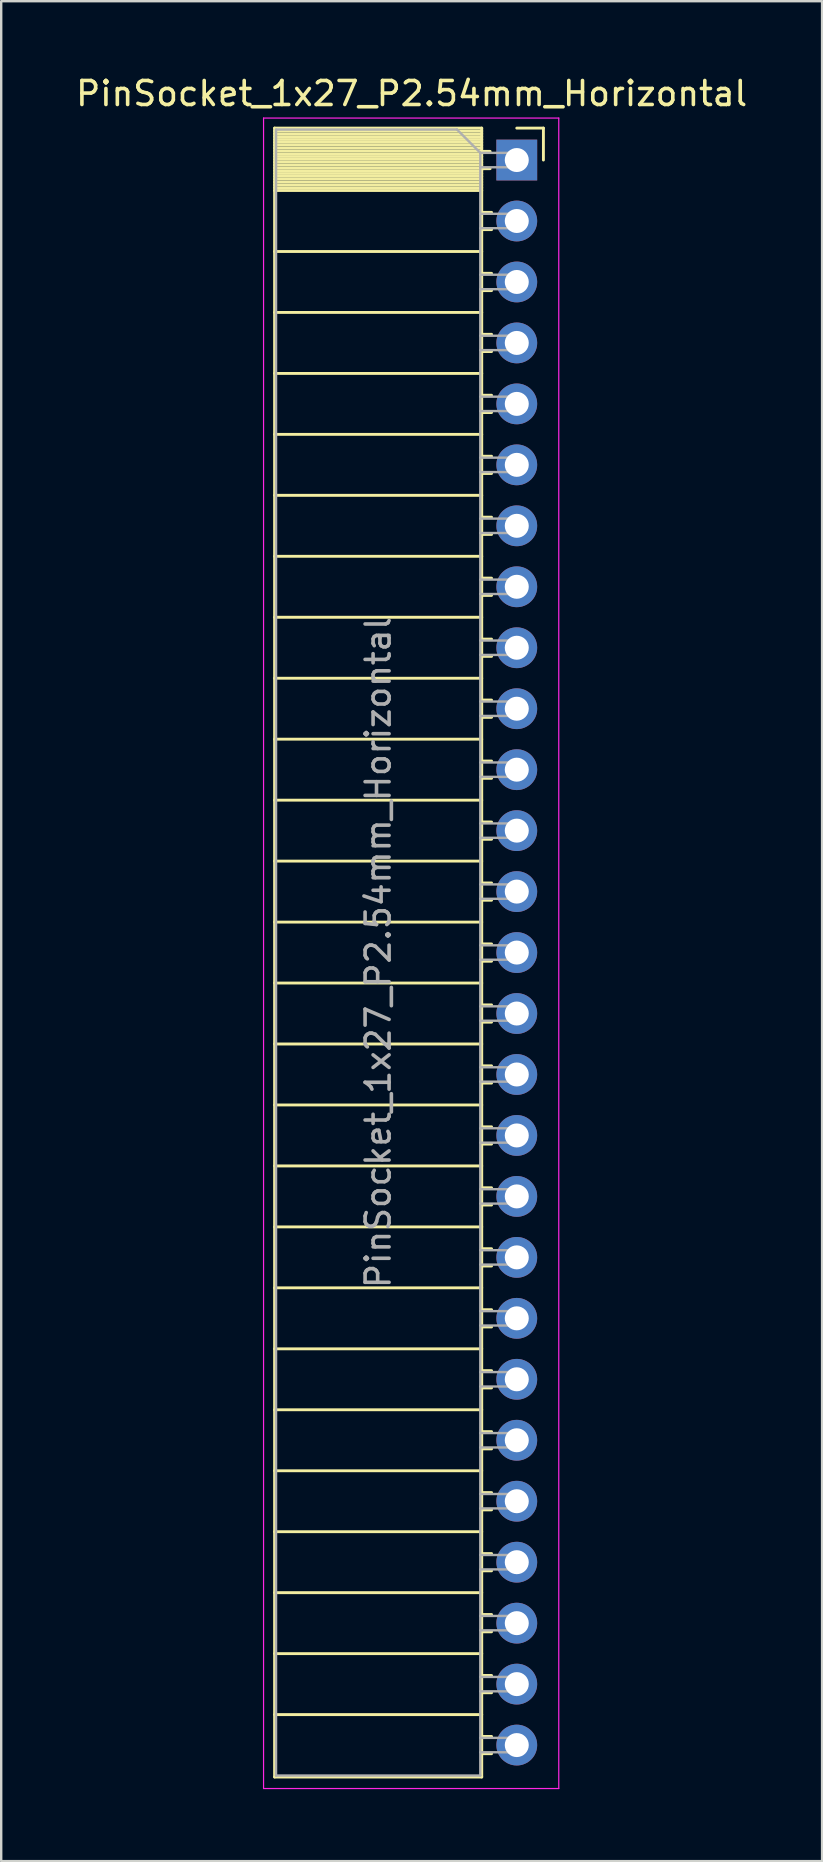
<source format=kicad_pcb>
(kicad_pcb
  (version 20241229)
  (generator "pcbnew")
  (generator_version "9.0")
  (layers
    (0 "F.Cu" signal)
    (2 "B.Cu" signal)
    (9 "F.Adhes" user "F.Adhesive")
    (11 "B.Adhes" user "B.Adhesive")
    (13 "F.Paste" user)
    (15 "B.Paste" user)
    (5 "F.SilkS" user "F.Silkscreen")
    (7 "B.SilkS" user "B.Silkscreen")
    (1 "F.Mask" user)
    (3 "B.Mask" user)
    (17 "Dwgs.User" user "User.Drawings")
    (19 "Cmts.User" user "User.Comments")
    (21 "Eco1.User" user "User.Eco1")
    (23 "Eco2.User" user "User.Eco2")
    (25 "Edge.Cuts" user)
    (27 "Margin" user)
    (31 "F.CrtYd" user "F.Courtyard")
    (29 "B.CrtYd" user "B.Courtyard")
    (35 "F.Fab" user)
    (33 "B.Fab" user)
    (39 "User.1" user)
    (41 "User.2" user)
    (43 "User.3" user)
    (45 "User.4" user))
  (footprint "PinSocket_1x27_P2.54mm_Horizontal"
    (layer "F.Cu")
    (at 18.481 3.618)
    (property "Reference" "PinSocket_1x27_P2.54mm_Horizontal" (at -4.38 -2.77 0) (layer "F.SilkS") (effects (font (size 1 1) (thickness 0.15))))
    (attr through_hole)
    (fp_line (start -10.09 -1.33) (end -10.09 67.37) (stroke (width 0.12) (type solid)) (layer "F.SilkS"))
    (fp_line (start -10.09 -1.33) (end -1.46 -1.33) (stroke (width 0.12) (type solid)) (layer "F.SilkS"))
    (fp_line (start -10.09 -1.21) (end -1.46 -1.21) (stroke (width 0.12) (type solid)) (layer "F.SilkS"))
    (fp_line (start -10.09 -1.092) (end -1.46 -1.092) (stroke (width 0.12) (type solid)) (layer "F.SilkS"))
    (fp_line (start -10.09 -0.974) (end -1.46 -0.974) (stroke (width 0.12) (type solid)) (layer "F.SilkS"))
    (fp_line (start -10.09 -0.856) (end -1.46 -0.856) (stroke (width 0.12) (type solid)) (layer "F.SilkS"))
    (fp_line (start -10.09 -0.738) (end -1.46 -0.738) (stroke (width 0.12) (type solid)) (layer "F.SilkS"))
    (fp_line (start -10.09 -0.62) (end -1.46 -0.62) (stroke (width 0.12) (type solid)) (layer "F.SilkS"))
    (fp_line (start -10.09 -0.501) (end -1.46 -0.501) (stroke (width 0.12) (type solid)) (layer "F.SilkS"))
    (fp_line (start -10.09 -0.383) (end -1.46 -0.383) (stroke (width 0.12) (type solid)) (layer "F.SilkS"))
    (fp_line (start -10.09 -0.265) (end -1.46 -0.265) (stroke (width 0.12) (type solid)) (layer "F.SilkS"))
    (fp_line (start -10.09 -0.147) (end -1.46 -0.147) (stroke (width 0.12) (type solid)) (layer "F.SilkS"))
    (fp_line (start -10.09 -0.029) (end -1.46 -0.029) (stroke (width 0.12) (type solid)) (layer "F.SilkS"))
    (fp_line (start -10.09 0.089) (end -1.46 0.089) (stroke (width 0.12) (type solid)) (layer "F.SilkS"))
    (fp_line (start -10.09 0.207) (end -1.46 0.207) (stroke (width 0.12) (type solid)) (layer "F.SilkS"))
    (fp_line (start -10.09 0.325) (end -1.46 0.325) (stroke (width 0.12) (type solid)) (layer "F.SilkS"))
    (fp_line (start -10.09 0.443) (end -1.46 0.443) (stroke (width 0.12) (type solid)) (layer "F.SilkS"))
    (fp_line (start -10.09 0.561) (end -1.46 0.561) (stroke (width 0.12) (type solid)) (layer "F.SilkS"))
    (fp_line (start -10.09 0.68) (end -1.46 0.68) (stroke (width 0.12) (type solid)) (layer "F.SilkS"))
    (fp_line (start -10.09 0.798) (end -1.46 0.798) (stroke (width 0.12) (type solid)) (layer "F.SilkS"))
    (fp_line (start -10.09 0.916) (end -1.46 0.916) (stroke (width 0.12) (type solid)) (layer "F.SilkS"))
    (fp_line (start -10.09 1.034) (end -1.46 1.034) (stroke (width 0.12) (type solid)) (layer "F.SilkS"))
    (fp_line (start -10.09 1.152) (end -1.46 1.152) (stroke (width 0.12) (type solid)) (layer "F.SilkS"))
    (fp_line (start -10.09 1.27) (end -1.46 1.27) (stroke (width 0.12) (type solid)) (layer "F.SilkS"))
    (fp_line (start -10.09 3.81) (end -1.46 3.81) (stroke (width 0.12) (type solid)) (layer "F.SilkS"))
    (fp_line (start -10.09 6.35) (end -1.46 6.35) (stroke (width 0.12) (type solid)) (layer "F.SilkS"))
    (fp_line (start -10.09 8.89) (end -1.46 8.89) (stroke (width 0.12) (type solid)) (layer "F.SilkS"))
    (fp_line (start -10.09 11.43) (end -1.46 11.43) (stroke (width 0.12) (type solid)) (layer "F.SilkS"))
    (fp_line (start -10.09 13.97) (end -1.46 13.97) (stroke (width 0.12) (type solid)) (layer "F.SilkS"))
    (fp_line (start -10.09 16.51) (end -1.46 16.51) (stroke (width 0.12) (type solid)) (layer "F.SilkS"))
    (fp_line (start -10.09 19.05) (end -1.46 19.05) (stroke (width 0.12) (type solid)) (layer "F.SilkS"))
    (fp_line (start -10.09 21.59) (end -1.46 21.59) (stroke (width 0.12) (type solid)) (layer "F.SilkS"))
    (fp_line (start -10.09 24.13) (end -1.46 24.13) (stroke (width 0.12) (type solid)) (layer "F.SilkS"))
    (fp_line (start -10.09 26.67) (end -1.46 26.67) (stroke (width 0.12) (type solid)) (layer "F.SilkS"))
    (fp_line (start -10.09 29.21) (end -1.46 29.21) (stroke (width 0.12) (type solid)) (layer "F.SilkS"))
    (fp_line (start -10.09 31.75) (end -1.46 31.75) (stroke (width 0.12) (type solid)) (layer "F.SilkS"))
    (fp_line (start -10.09 34.29) (end -1.46 34.29) (stroke (width 0.12) (type solid)) (layer "F.SilkS"))
    (fp_line (start -10.09 36.83) (end -1.46 36.83) (stroke (width 0.12) (type solid)) (layer "F.SilkS"))
    (fp_line (start -10.09 39.37) (end -1.46 39.37) (stroke (width 0.12) (type solid)) (layer "F.SilkS"))
    (fp_line (start -10.09 41.91) (end -1.46 41.91) (stroke (width 0.12) (type solid)) (layer "F.SilkS"))
    (fp_line (start -10.09 44.45) (end -1.46 44.45) (stroke (width 0.12) (type solid)) (layer "F.SilkS"))
    (fp_line (start -10.09 46.99) (end -1.46 46.99) (stroke (width 0.12) (type solid)) (layer "F.SilkS"))
    (fp_line (start -10.09 49.53) (end -1.46 49.53) (stroke (width 0.12) (type solid)) (layer "F.SilkS"))
    (fp_line (start -10.09 52.07) (end -1.46 52.07) (stroke (width 0.12) (type solid)) (layer "F.SilkS"))
    (fp_line (start -10.09 54.61) (end -1.46 54.61) (stroke (width 0.12) (type solid)) (layer "F.SilkS"))
    (fp_line (start -10.09 57.15) (end -1.46 57.15) (stroke (width 0.12) (type solid)) (layer "F.SilkS"))
    (fp_line (start -10.09 59.69) (end -1.46 59.69) (stroke (width 0.12) (type solid)) (layer "F.SilkS"))
    (fp_line (start -10.09 62.23) (end -1.46 62.23) (stroke (width 0.12) (type solid)) (layer "F.SilkS"))
    (fp_line (start -10.09 64.77) (end -1.46 64.77) (stroke (width 0.12) (type solid)) (layer "F.SilkS"))
    (fp_line (start -10.09 67.37) (end -1.46 67.37) (stroke (width 0.12) (type solid)) (layer "F.SilkS"))
    (fp_line (start -1.46 -1.33) (end -1.46 67.37) (stroke (width 0.12) (type solid)) (layer "F.SilkS"))
    (fp_line (start -1.46 -0.36) (end -1.11 -0.36) (stroke (width 0.12) (type solid)) (layer "F.SilkS"))
    (fp_line (start -1.46 0.36) (end -1.11 0.36) (stroke (width 0.12) (type solid)) (layer "F.SilkS"))
    (fp_line (start -1.46 2.18) (end -1.05 2.18) (stroke (width 0.12) (type solid)) (layer "F.SilkS"))
    (fp_line (start -1.46 2.9) (end -1.05 2.9) (stroke (width 0.12) (type solid)) (layer "F.SilkS"))
    (fp_line (start -1.46 4.72) (end -1.05 4.72) (stroke (width 0.12) (type solid)) (layer "F.SilkS"))
    (fp_line (start -1.46 5.44) (end -1.05 5.44) (stroke (width 0.12) (type solid)) (layer "F.SilkS"))
    (fp_line (start -1.46 7.26) (end -1.05 7.26) (stroke (width 0.12) (type solid)) (layer "F.SilkS"))
    (fp_line (start -1.46 7.98) (end -1.05 7.98) (stroke (width 0.12) (type solid)) (layer "F.SilkS"))
    (fp_line (start -1.46 9.8) (end -1.05 9.8) (stroke (width 0.12) (type solid)) (layer "F.SilkS"))
    (fp_line (start -1.46 10.52) (end -1.05 10.52) (stroke (width 0.12) (type solid)) (layer "F.SilkS"))
    (fp_line (start -1.46 12.34) (end -1.05 12.34) (stroke (width 0.12) (type solid)) (layer "F.SilkS"))
    (fp_line (start -1.46 13.06) (end -1.05 13.06) (stroke (width 0.12) (type solid)) (layer "F.SilkS"))
    (fp_line (start -1.46 14.88) (end -1.05 14.88) (stroke (width 0.12) (type solid)) (layer "F.SilkS"))
    (fp_line (start -1.46 15.6) (end -1.05 15.6) (stroke (width 0.12) (type solid)) (layer "F.SilkS"))
    (fp_line (start -1.46 17.42) (end -1.05 17.42) (stroke (width 0.12) (type solid)) (layer "F.SilkS"))
    (fp_line (start -1.46 18.14) (end -1.05 18.14) (stroke (width 0.12) (type solid)) (layer "F.SilkS"))
    (fp_line (start -1.46 19.96) (end -1.05 19.96) (stroke (width 0.12) (type solid)) (layer "F.SilkS"))
    (fp_line (start -1.46 20.68) (end -1.05 20.68) (stroke (width 0.12) (type solid)) (layer "F.SilkS"))
    (fp_line (start -1.46 22.5) (end -1.05 22.5) (stroke (width 0.12) (type solid)) (layer "F.SilkS"))
    (fp_line (start -1.46 23.22) (end -1.05 23.22) (stroke (width 0.12) (type solid)) (layer "F.SilkS"))
    (fp_line (start -1.46 25.04) (end -1.05 25.04) (stroke (width 0.12) (type solid)) (layer "F.SilkS"))
    (fp_line (start -1.46 25.76) (end -1.05 25.76) (stroke (width 0.12) (type solid)) (layer "F.SilkS"))
    (fp_line (start -1.46 27.58) (end -1.05 27.58) (stroke (width 0.12) (type solid)) (layer "F.SilkS"))
    (fp_line (start -1.46 28.3) (end -1.05 28.3) (stroke (width 0.12) (type solid)) (layer "F.SilkS"))
    (fp_line (start -1.46 30.12) (end -1.05 30.12) (stroke (width 0.12) (type solid)) (layer "F.SilkS"))
    (fp_line (start -1.46 30.84) (end -1.05 30.84) (stroke (width 0.12) (type solid)) (layer "F.SilkS"))
    (fp_line (start -1.46 32.66) (end -1.05 32.66) (stroke (width 0.12) (type solid)) (layer "F.SilkS"))
    (fp_line (start -1.46 33.38) (end -1.05 33.38) (stroke (width 0.12) (type solid)) (layer "F.SilkS"))
    (fp_line (start -1.46 35.2) (end -1.05 35.2) (stroke (width 0.12) (type solid)) (layer "F.SilkS"))
    (fp_line (start -1.46 35.92) (end -1.05 35.92) (stroke (width 0.12) (type solid)) (layer "F.SilkS"))
    (fp_line (start -1.46 37.74) (end -1.05 37.74) (stroke (width 0.12) (type solid)) (layer "F.SilkS"))
    (fp_line (start -1.46 38.46) (end -1.05 38.46) (stroke (width 0.12) (type solid)) (layer "F.SilkS"))
    (fp_line (start -1.46 40.28) (end -1.05 40.28) (stroke (width 0.12) (type solid)) (layer "F.SilkS"))
    (fp_line (start -1.46 41) (end -1.05 41) (stroke (width 0.12) (type solid)) (layer "F.SilkS"))
    (fp_line (start -1.46 42.82) (end -1.05 42.82) (stroke (width 0.12) (type solid)) (layer "F.SilkS"))
    (fp_line (start -1.46 43.54) (end -1.05 43.54) (stroke (width 0.12) (type solid)) (layer "F.SilkS"))
    (fp_line (start -1.46 45.36) (end -1.05 45.36) (stroke (width 0.12) (type solid)) (layer "F.SilkS"))
    (fp_line (start -1.46 46.08) (end -1.05 46.08) (stroke (width 0.12) (type solid)) (layer "F.SilkS"))
    (fp_line (start -1.46 47.9) (end -1.05 47.9) (stroke (width 0.12) (type solid)) (layer "F.SilkS"))
    (fp_line (start -1.46 48.62) (end -1.05 48.62) (stroke (width 0.12) (type solid)) (layer "F.SilkS"))
    (fp_line (start -1.46 50.44) (end -1.05 50.44) (stroke (width 0.12) (type solid)) (layer "F.SilkS"))
    (fp_line (start -1.46 51.16) (end -1.05 51.16) (stroke (width 0.12) (type solid)) (layer "F.SilkS"))
    (fp_line (start -1.46 52.98) (end -1.05 52.98) (stroke (width 0.12) (type solid)) (layer "F.SilkS"))
    (fp_line (start -1.46 53.7) (end -1.05 53.7) (stroke (width 0.12) (type solid)) (layer "F.SilkS"))
    (fp_line (start -1.46 55.52) (end -1.05 55.52) (stroke (width 0.12) (type solid)) (layer "F.SilkS"))
    (fp_line (start -1.46 56.24) (end -1.05 56.24) (stroke (width 0.12) (type solid)) (layer "F.SilkS"))
    (fp_line (start -1.46 58.06) (end -1.05 58.06) (stroke (width 0.12) (type solid)) (layer "F.SilkS"))
    (fp_line (start -1.46 58.78) (end -1.05 58.78) (stroke (width 0.12) (type solid)) (layer "F.SilkS"))
    (fp_line (start -1.46 60.6) (end -1.05 60.6) (stroke (width 0.12) (type solid)) (layer "F.SilkS"))
    (fp_line (start -1.46 61.32) (end -1.05 61.32) (stroke (width 0.12) (type solid)) (layer "F.SilkS"))
    (fp_line (start -1.46 63.14) (end -1.05 63.14) (stroke (width 0.12) (type solid)) (layer "F.SilkS"))
    (fp_line (start -1.46 63.86) (end -1.05 63.86) (stroke (width 0.12) (type solid)) (layer "F.SilkS"))
    (fp_line (start -1.46 65.68) (end -1.05 65.68) (stroke (width 0.12) (type solid)) (layer "F.SilkS"))
    (fp_line (start -1.46 66.4) (end -1.05 66.4) (stroke (width 0.12) (type solid)) (layer "F.SilkS"))
    (fp_line (start 0 -1.33) (end 1.11 -1.33) (stroke (width 0.12) (type solid)) (layer "F.SilkS"))
    (fp_line (start 1.11 -1.33) (end 1.11 0) (stroke (width 0.12) (type solid)) (layer "F.SilkS"))
    (fp_line (start -10.55 -1.75) (end -10.55 67.85) (stroke (width 0.05) (type solid)) (layer "F.CrtYd"))
    (fp_line (start -10.55 67.85) (end 1.75 67.85) (stroke (width 0.05) (type solid)) (layer "F.CrtYd"))
    (fp_line (start 1.75 -1.75) (end -10.55 -1.75) (stroke (width 0.05) (type solid)) (layer "F.CrtYd"))
    (fp_line (start 1.75 67.85) (end 1.75 -1.75) (stroke (width 0.05) (type solid)) (layer "F.CrtYd"))
    (fp_line (start -10.03 -1.27) (end -2.49 -1.27) (stroke (width 0.1) (type solid)) (layer "F.Fab"))
    (fp_line (start -10.03 67.31) (end -10.03 -1.27) (stroke (width 0.1) (type solid)) (layer "F.Fab"))
    (fp_line (start -2.49 -1.27) (end -1.52 -0.3) (stroke (width 0.1) (type solid)) (layer "F.Fab"))
    (fp_line (start -1.52 -0.3) (end -1.52 67.31) (stroke (width 0.1) (type solid)) (layer "F.Fab"))
    (fp_line (start -1.52 0.3) (end 0 0.3) (stroke (width 0.1) (type solid)) (layer "F.Fab"))
    (fp_line (start -1.52 2.84) (end 0 2.84) (stroke (width 0.1) (type solid)) (layer "F.Fab"))
    (fp_line (start -1.52 5.38) (end 0 5.38) (stroke (width 0.1) (type solid)) (layer "F.Fab"))
    (fp_line (start -1.52 7.92) (end 0 7.92) (stroke (width 0.1) (type solid)) (layer "F.Fab"))
    (fp_line (start -1.52 10.46) (end 0 10.46) (stroke (width 0.1) (type solid)) (layer "F.Fab"))
    (fp_line (start -1.52 13) (end 0 13) (stroke (width 0.1) (type solid)) (layer "F.Fab"))
    (fp_line (start -1.52 15.54) (end 0 15.54) (stroke (width 0.1) (type solid)) (layer "F.Fab"))
    (fp_line (start -1.52 18.08) (end 0 18.08) (stroke (width 0.1) (type solid)) (layer "F.Fab"))
    (fp_line (start -1.52 20.62) (end 0 20.62) (stroke (width 0.1) (type solid)) (layer "F.Fab"))
    (fp_line (start -1.52 23.16) (end 0 23.16) (stroke (width 0.1) (type solid)) (layer "F.Fab"))
    (fp_line (start -1.52 25.7) (end 0 25.7) (stroke (width 0.1) (type solid)) (layer "F.Fab"))
    (fp_line (start -1.52 28.24) (end 0 28.24) (stroke (width 0.1) (type solid)) (layer "F.Fab"))
    (fp_line (start -1.52 30.78) (end 0 30.78) (stroke (width 0.1) (type solid)) (layer "F.Fab"))
    (fp_line (start -1.52 33.32) (end 0 33.32) (stroke (width 0.1) (type solid)) (layer "F.Fab"))
    (fp_line (start -1.52 35.86) (end 0 35.86) (stroke (width 0.1) (type solid)) (layer "F.Fab"))
    (fp_line (start -1.52 38.4) (end 0 38.4) (stroke (width 0.1) (type solid)) (layer "F.Fab"))
    (fp_line (start -1.52 40.94) (end 0 40.94) (stroke (width 0.1) (type solid)) (layer "F.Fab"))
    (fp_line (start -1.52 43.48) (end 0 43.48) (stroke (width 0.1) (type solid)) (layer "F.Fab"))
    (fp_line (start -1.52 46.02) (end 0 46.02) (stroke (width 0.1) (type solid)) (layer "F.Fab"))
    (fp_line (start -1.52 48.56) (end 0 48.56) (stroke (width 0.1) (type solid)) (layer "F.Fab"))
    (fp_line (start -1.52 51.1) (end 0 51.1) (stroke (width 0.1) (type solid)) (layer "F.Fab"))
    (fp_line (start -1.52 53.64) (end 0 53.64) (stroke (width 0.1) (type solid)) (layer "F.Fab"))
    (fp_line (start -1.52 56.18) (end 0 56.18) (stroke (width 0.1) (type solid)) (layer "F.Fab"))
    (fp_line (start -1.52 58.72) (end 0 58.72) (stroke (width 0.1) (type solid)) (layer "F.Fab"))
    (fp_line (start -1.52 61.26) (end 0 61.26) (stroke (width 0.1) (type solid)) (layer "F.Fab"))
    (fp_line (start -1.52 63.8) (end 0 63.8) (stroke (width 0.1) (type solid)) (layer "F.Fab"))
    (fp_line (start -1.52 66.34) (end 0 66.34) (stroke (width 0.1) (type solid)) (layer "F.Fab"))
    (fp_line (start -1.52 67.31) (end -10.03 67.31) (stroke (width 0.1) (type solid)) (layer "F.Fab"))
    (fp_line (start 0 -0.3) (end -1.52 -0.3) (stroke (width 0.1) (type solid)) (layer "F.Fab"))
    (fp_line (start 0 0.3) (end 0 -0.3) (stroke (width 0.1) (type solid)) (layer "F.Fab"))
    (fp_line (start 0 2.24) (end -1.52 2.24) (stroke (width 0.1) (type solid)) (layer "F.Fab"))
    (fp_line (start 0 2.84) (end 0 2.24) (stroke (width 0.1) (type solid)) (layer "F.Fab"))
    (fp_line (start 0 4.78) (end -1.52 4.78) (stroke (width 0.1) (type solid)) (layer "F.Fab"))
    (fp_line (start 0 5.38) (end 0 4.78) (stroke (width 0.1) (type solid)) (layer "F.Fab"))
    (fp_line (start 0 7.32) (end -1.52 7.32) (stroke (width 0.1) (type solid)) (layer "F.Fab"))
    (fp_line (start 0 7.92) (end 0 7.32) (stroke (width 0.1) (type solid)) (layer "F.Fab"))
    (fp_line (start 0 9.86) (end -1.52 9.86) (stroke (width 0.1) (type solid)) (layer "F.Fab"))
    (fp_line (start 0 10.46) (end 0 9.86) (stroke (width 0.1) (type solid)) (layer "F.Fab"))
    (fp_line (start 0 12.4) (end -1.52 12.4) (stroke (width 0.1) (type solid)) (layer "F.Fab"))
    (fp_line (start 0 13) (end 0 12.4) (stroke (width 0.1) (type solid)) (layer "F.Fab"))
    (fp_line (start 0 14.94) (end -1.52 14.94) (stroke (width 0.1) (type solid)) (layer "F.Fab"))
    (fp_line (start 0 15.54) (end 0 14.94) (stroke (width 0.1) (type solid)) (layer "F.Fab"))
    (fp_line (start 0 17.48) (end -1.52 17.48) (stroke (width 0.1) (type solid)) (layer "F.Fab"))
    (fp_line (start 0 18.08) (end 0 17.48) (stroke (width 0.1) (type solid)) (layer "F.Fab"))
    (fp_line (start 0 20.02) (end -1.52 20.02) (stroke (width 0.1) (type solid)) (layer "F.Fab"))
    (fp_line (start 0 20.62) (end 0 20.02) (stroke (width 0.1) (type solid)) (layer "F.Fab"))
    (fp_line (start 0 22.56) (end -1.52 22.56) (stroke (width 0.1) (type solid)) (layer "F.Fab"))
    (fp_line (start 0 23.16) (end 0 22.56) (stroke (width 0.1) (type solid)) (layer "F.Fab"))
    (fp_line (start 0 25.1) (end -1.52 25.1) (stroke (width 0.1) (type solid)) (layer "F.Fab"))
    (fp_line (start 0 25.7) (end 0 25.1) (stroke (width 0.1) (type solid)) (layer "F.Fab"))
    (fp_line (start 0 27.64) (end -1.52 27.64) (stroke (width 0.1) (type solid)) (layer "F.Fab"))
    (fp_line (start 0 28.24) (end 0 27.64) (stroke (width 0.1) (type solid)) (layer "F.Fab"))
    (fp_line (start 0 30.18) (end -1.52 30.18) (stroke (width 0.1) (type solid)) (layer "F.Fab"))
    (fp_line (start 0 30.78) (end 0 30.18) (stroke (width 0.1) (type solid)) (layer "F.Fab"))
    (fp_line (start 0 32.72) (end -1.52 32.72) (stroke (width 0.1) (type solid)) (layer "F.Fab"))
    (fp_line (start 0 33.32) (end 0 32.72) (stroke (width 0.1) (type solid)) (layer "F.Fab"))
    (fp_line (start 0 35.26) (end -1.52 35.26) (stroke (width 0.1) (type solid)) (layer "F.Fab"))
    (fp_line (start 0 35.86) (end 0 35.26) (stroke (width 0.1) (type solid)) (layer "F.Fab"))
    (fp_line (start 0 37.8) (end -1.52 37.8) (stroke (width 0.1) (type solid)) (layer "F.Fab"))
    (fp_line (start 0 38.4) (end 0 37.8) (stroke (width 0.1) (type solid)) (layer "F.Fab"))
    (fp_line (start 0 40.34) (end -1.52 40.34) (stroke (width 0.1) (type solid)) (layer "F.Fab"))
    (fp_line (start 0 40.94) (end 0 40.34) (stroke (width 0.1) (type solid)) (layer "F.Fab"))
    (fp_line (start 0 42.88) (end -1.52 42.88) (stroke (width 0.1) (type solid)) (layer "F.Fab"))
    (fp_line (start 0 43.48) (end 0 42.88) (stroke (width 0.1) (type solid)) (layer "F.Fab"))
    (fp_line (start 0 45.42) (end -1.52 45.42) (stroke (width 0.1) (type solid)) (layer "F.Fab"))
    (fp_line (start 0 46.02) (end 0 45.42) (stroke (width 0.1) (type solid)) (layer "F.Fab"))
    (fp_line (start 0 47.96) (end -1.52 47.96) (stroke (width 0.1) (type solid)) (layer "F.Fab"))
    (fp_line (start 0 48.56) (end 0 47.96) (stroke (width 0.1) (type solid)) (layer "F.Fab"))
    (fp_line (start 0 50.5) (end -1.52 50.5) (stroke (width 0.1) (type solid)) (layer "F.Fab"))
    (fp_line (start 0 51.1) (end 0 50.5) (stroke (width 0.1) (type solid)) (layer "F.Fab"))
    (fp_line (start 0 53.04) (end -1.52 53.04) (stroke (width 0.1) (type solid)) (layer "F.Fab"))
    (fp_line (start 0 53.64) (end 0 53.04) (stroke (width 0.1) (type solid)) (layer "F.Fab"))
    (fp_line (start 0 55.58) (end -1.52 55.58) (stroke (width 0.1) (type solid)) (layer "F.Fab"))
    (fp_line (start 0 56.18) (end 0 55.58) (stroke (width 0.1) (type solid)) (layer "F.Fab"))
    (fp_line (start 0 58.12) (end -1.52 58.12) (stroke (width 0.1) (type solid)) (layer "F.Fab"))
    (fp_line (start 0 58.72) (end 0 58.12) (stroke (width 0.1) (type solid)) (layer "F.Fab"))
    (fp_line (start 0 60.66) (end -1.52 60.66) (stroke (width 0.1) (type solid)) (layer "F.Fab"))
    (fp_line (start 0 61.26) (end 0 60.66) (stroke (width 0.1) (type solid)) (layer "F.Fab"))
    (fp_line (start 0 63.2) (end -1.52 63.2) (stroke (width 0.1) (type solid)) (layer "F.Fab"))
    (fp_line (start 0 63.8) (end 0 63.2) (stroke (width 0.1) (type solid)) (layer "F.Fab"))
    (fp_line (start 0 65.74) (end -1.52 65.74) (stroke (width 0.1) (type solid)) (layer "F.Fab"))
    (fp_line (start 0 66.34) (end 0 65.74) (stroke (width 0.1) (type solid)) (layer "F.Fab"))
    (fp_text user "${REFERENCE}" (at -5.775 33.02 90) (layer "F.Fab") (effects (font (size 1 1) (thickness 0.15))))
    (pad "1" thru_hole rect (at 0 0) (size 1.7 1.7) (drill 1) (layers "*.Cu" "*.Mask"))
    (pad "2" thru_hole oval (at 0 2.54) (size 1.7 1.7) (drill 1) (layers "*.Cu" "*.Mask"))
    (pad "3" thru_hole oval (at 0 5.08) (size 1.7 1.7) (drill 1) (layers "*.Cu" "*.Mask"))
    (pad "4" thru_hole oval (at 0 7.62) (size 1.7 1.7) (drill 1) (layers "*.Cu" "*.Mask"))
    (pad "5" thru_hole oval (at 0 10.16) (size 1.7 1.7) (drill 1) (layers "*.Cu" "*.Mask"))
    (pad "6" thru_hole oval (at 0 12.7) (size 1.7 1.7) (drill 1) (layers "*.Cu" "*.Mask"))
    (pad "7" thru_hole oval (at 0 15.24) (size 1.7 1.7) (drill 1) (layers "*.Cu" "*.Mask"))
    (pad "8" thru_hole oval (at 0 17.78) (size 1.7 1.7) (drill 1) (layers "*.Cu" "*.Mask"))
    (pad "9" thru_hole oval (at 0 20.32) (size 1.7 1.7) (drill 1) (layers "*.Cu" "*.Mask"))
    (pad "10" thru_hole oval (at 0 22.86) (size 1.7 1.7) (drill 1) (layers "*.Cu" "*.Mask"))
    (pad "11" thru_hole oval (at 0 25.4) (size 1.7 1.7) (drill 1) (layers "*.Cu" "*.Mask"))
    (pad "12" thru_hole oval (at 0 27.94) (size 1.7 1.7) (drill 1) (layers "*.Cu" "*.Mask"))
    (pad "13" thru_hole oval (at 0 30.48) (size 1.7 1.7) (drill 1) (layers "*.Cu" "*.Mask"))
    (pad "14" thru_hole oval (at 0 33.02) (size 1.7 1.7) (drill 1) (layers "*.Cu" "*.Mask"))
    (pad "15" thru_hole oval (at 0 35.56) (size 1.7 1.7) (drill 1) (layers "*.Cu" "*.Mask"))
    (pad "16" thru_hole oval (at 0 38.1) (size 1.7 1.7) (drill 1) (layers "*.Cu" "*.Mask"))
    (pad "17" thru_hole oval (at 0 40.64) (size 1.7 1.7) (drill 1) (layers "*.Cu" "*.Mask"))
    (pad "18" thru_hole oval (at 0 43.18) (size 1.7 1.7) (drill 1) (layers "*.Cu" "*.Mask"))
    (pad "19" thru_hole oval (at 0 45.72) (size 1.7 1.7) (drill 1) (layers "*.Cu" "*.Mask"))
    (pad "20" thru_hole oval (at 0 48.26) (size 1.7 1.7) (drill 1) (layers "*.Cu" "*.Mask"))
    (pad "21" thru_hole oval (at 0 50.8) (size 1.7 1.7) (drill 1) (layers "*.Cu" "*.Mask"))
    (pad "22" thru_hole oval (at 0 53.34) (size 1.7 1.7) (drill 1) (layers "*.Cu" "*.Mask"))
    (pad "23" thru_hole oval (at 0 55.88) (size 1.7 1.7) (drill 1) (layers "*.Cu" "*.Mask"))
    (pad "24" thru_hole oval (at 0 58.42) (size 1.7 1.7) (drill 1) (layers "*.Cu" "*.Mask"))
    (pad "25" thru_hole oval (at 0 60.96) (size 1.7 1.7) (drill 1) (layers "*.Cu" "*.Mask"))
    (pad "26" thru_hole oval (at 0 63.5) (size 1.7 1.7) (drill 1) (layers "*.Cu" "*.Mask"))
    (pad "27" thru_hole oval (at 0 66.04) (size 1.7 1.7) (drill 1) (layers "*.Cu" "*.Mask")))
  (gr_rect
    (start -3 -3)
    (end 31.202 74.493)
    (stroke (width 0.1) (type default))
    (fill no)
    (layer "Edge.Cuts")))
</source>
